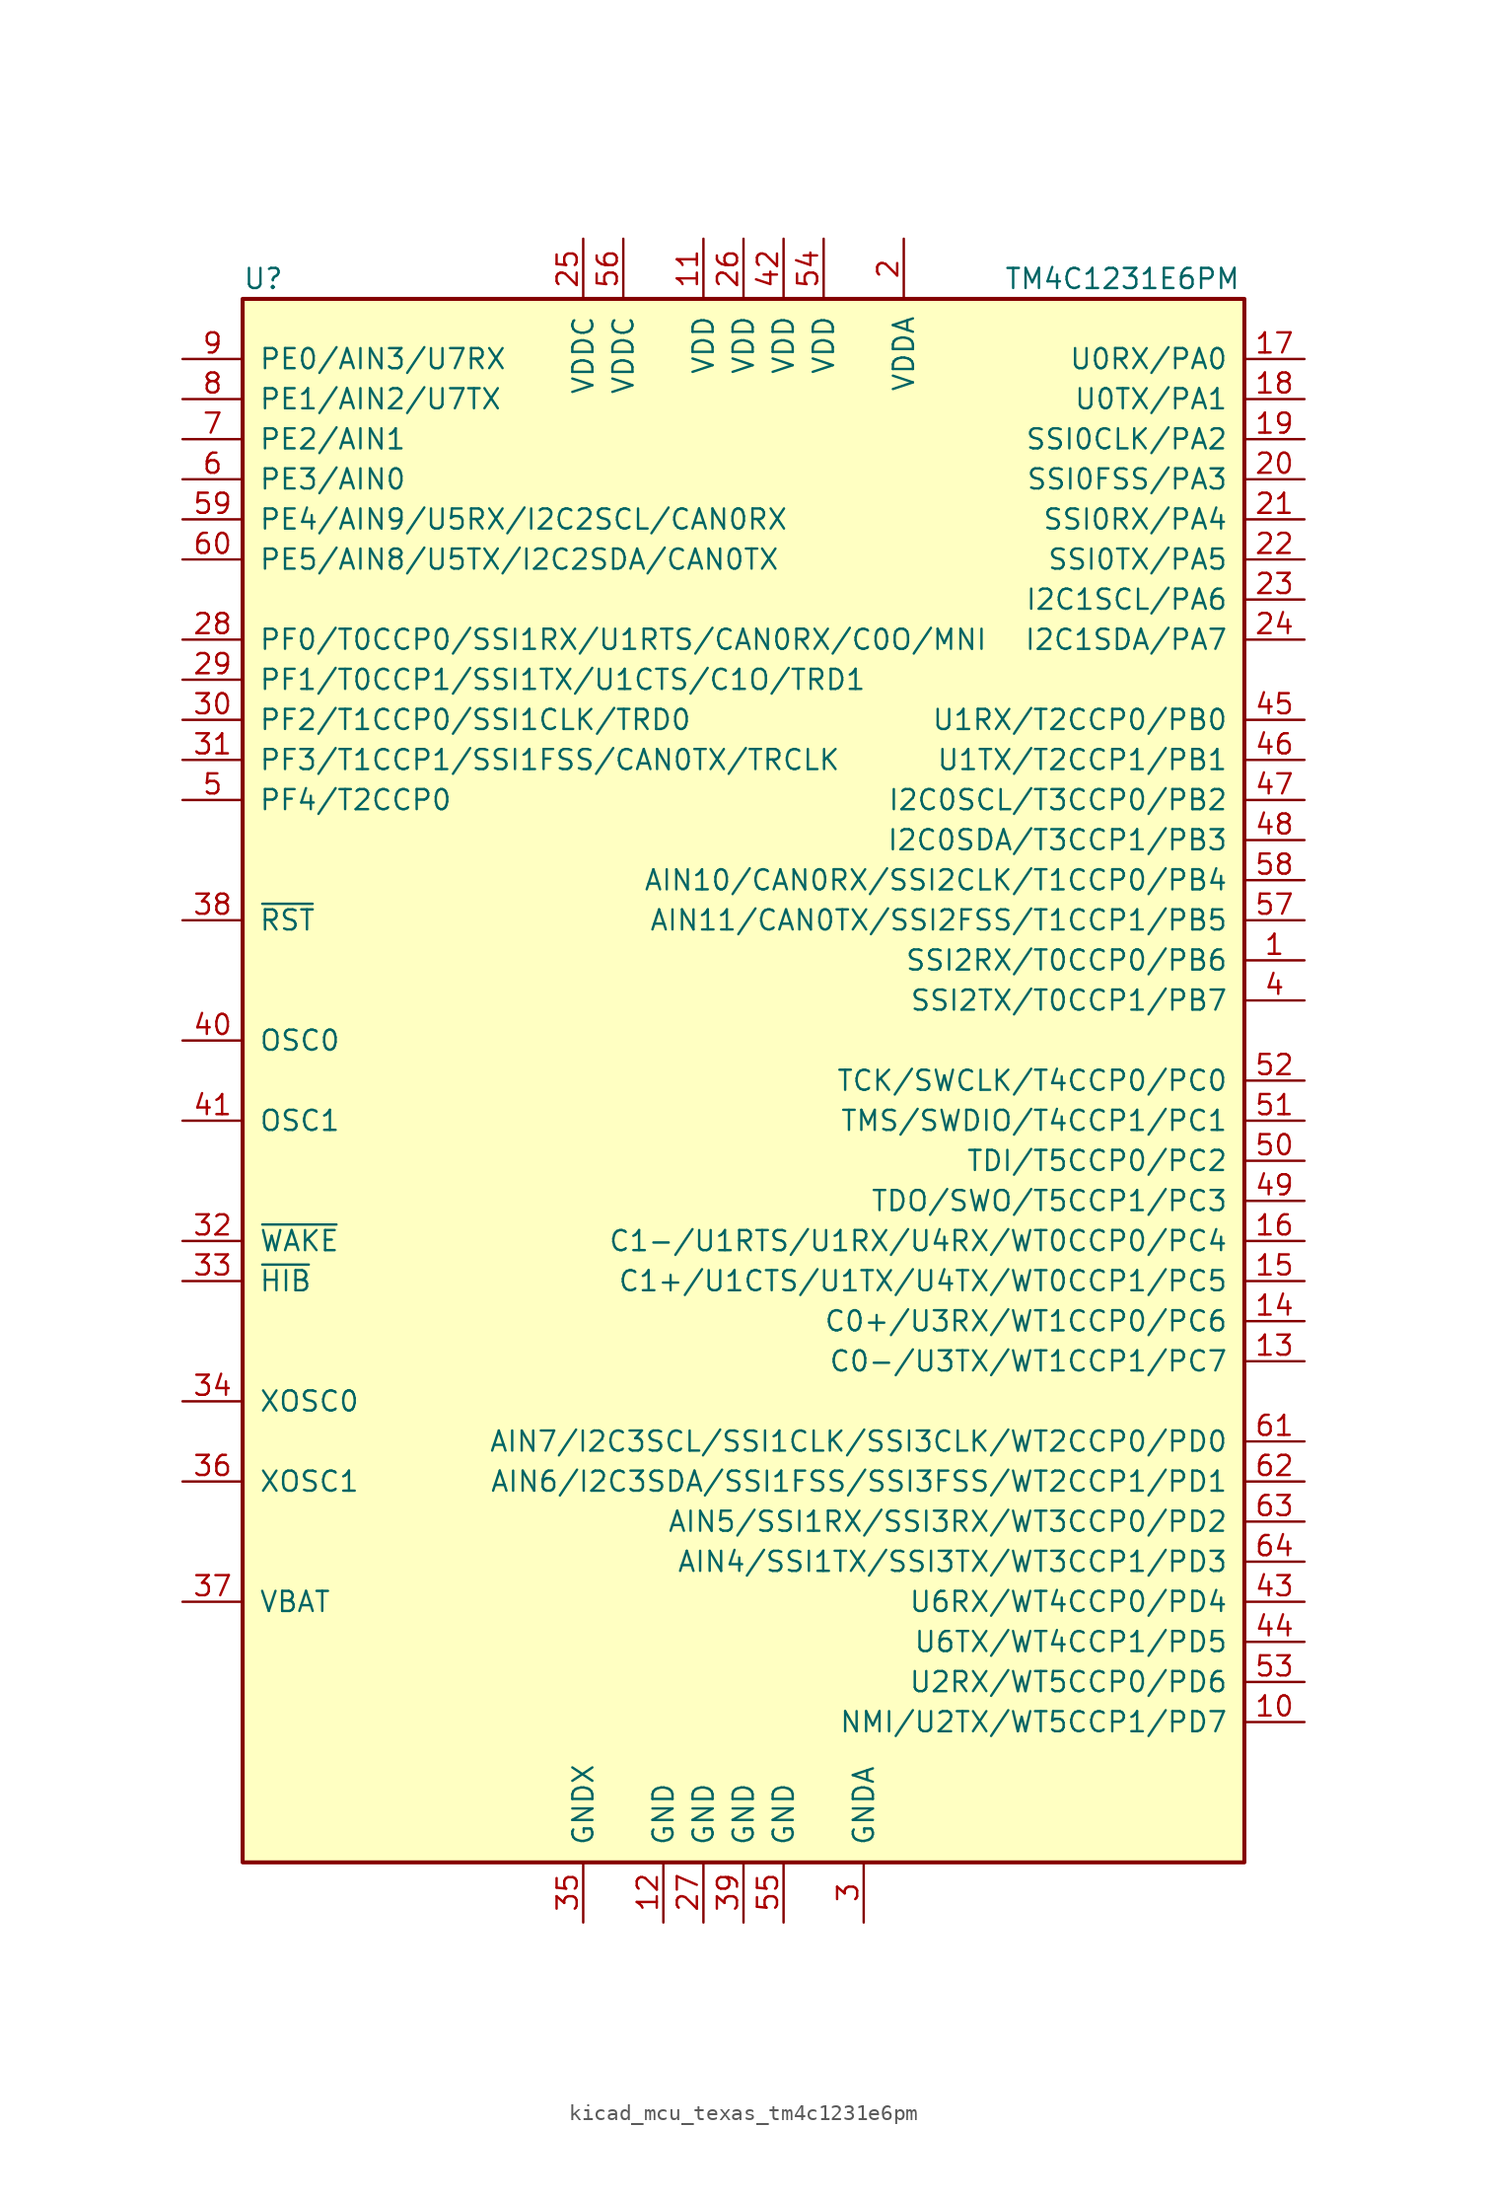
<source format=kicad_sym>
(kicad_symbol_lib
  (version 20220914)
  (generator kicad_symbol_editor)
  (symbol "kicad_mcu_texas_tm4c1231e6pm"
    (pin_names
      (offset 1.016))
    (property "Reference" "U"
      (at -31.75 50.8 0)
      (effects (font (size 1.27 1.27)) (justify left)))
    (property "Value" "TM4C1231E6PM"
      (at 16.51 50.8 0)
      (effects (font (size 1.27 1.27)) (justify left)))
    (symbol "kicad_mcu_texas_tm4c1231e6pm_0_1"
      (rectangle (start -31.75 49.53) (end 31.75 -49.53) (stroke (width 0.254) (type default)) (fill (type background))))
    (symbol "kicad_mcu_texas_tm4c1231e6pm_1_1"
      (pin bidirectional line (at 35.56 7.62 180) (length 3.81) (name "SSI2RX/T0CCP0/PB6" (effects (font (size 1.27 1.27)))) (number "1" (effects (font (size 1.27 1.27)))))
      (pin bidirectional line (at 35.56 -40.64 180) (length 3.81) (name "NMI/U2TX/WT5CCP1/PD7" (effects (font (size 1.27 1.27)))) (number "10" (effects (font (size 1.27 1.27)))))
      (pin power_in line (at -2.54 53.34 270) (length 3.81) (name "VDD" (effects (font (size 1.27 1.27)))) (number "11" (effects (font (size 1.27 1.27)))))
      (pin power_in line (at -5.08 -53.34 90) (length 3.81) (name "GND" (effects (font (size 1.27 1.27)))) (number "12" (effects (font (size 1.27 1.27)))))
      (pin bidirectional line (at 35.56 -17.78 180) (length 3.81) (name "C0-/U3TX/WT1CCP1/PC7" (effects (font (size 1.27 1.27)))) (number "13" (effects (font (size 1.27 1.27)))))
      (pin bidirectional line (at 35.56 -15.24 180) (length 3.81) (name "C0+/U3RX/WT1CCP0/PC6" (effects (font (size 1.27 1.27)))) (number "14" (effects (font (size 1.27 1.27)))))
      (pin bidirectional line (at 35.56 -12.7 180) (length 3.81) (name "C1+/U1CTS/U1TX/U4TX/WT0CCP1/PC5" (effects (font (size 1.27 1.27)))) (number "15" (effects (font (size 1.27 1.27)))))
      (pin bidirectional line (at 35.56 -10.16 180) (length 3.81) (name "C1-/U1RTS/U1RX/U4RX/WT0CCP0/PC4" (effects (font (size 1.27 1.27)))) (number "16" (effects (font (size 1.27 1.27)))))
      (pin bidirectional line (at 35.56 45.72 180) (length 3.81) (name "U0RX/PA0" (effects (font (size 1.27 1.27)))) (number "17" (effects (font (size 1.27 1.27)))))
      (pin bidirectional line (at 35.56 43.18 180) (length 3.81) (name "U0TX/PA1" (effects (font (size 1.27 1.27)))) (number "18" (effects (font (size 1.27 1.27)))))
      (pin bidirectional line (at 35.56 40.64 180) (length 3.81) (name "SSI0CLK/PA2" (effects (font (size 1.27 1.27)))) (number "19" (effects (font (size 1.27 1.27)))))
      (pin power_in line (at 10.16 53.34 270) (length 3.81) (name "VDDA" (effects (font (size 1.27 1.27)))) (number "2" (effects (font (size 1.27 1.27)))))
      (pin bidirectional line (at 35.56 38.1 180) (length 3.81) (name "SSI0FSS/PA3" (effects (font (size 1.27 1.27)))) (number "20" (effects (font (size 1.27 1.27)))))
      (pin bidirectional line (at 35.56 35.56 180) (length 3.81) (name "SSI0RX/PA4" (effects (font (size 1.27 1.27)))) (number "21" (effects (font (size 1.27 1.27)))))
      (pin bidirectional line (at 35.56 33.02 180) (length 3.81) (name "SSI0TX/PA5" (effects (font (size 1.27 1.27)))) (number "22" (effects (font (size 1.27 1.27)))))
      (pin bidirectional line (at 35.56 30.48 180) (length 3.81) (name "I2C1SCL/PA6" (effects (font (size 1.27 1.27)))) (number "23" (effects (font (size 1.27 1.27)))))
      (pin bidirectional line (at 35.56 27.94 180) (length 3.81) (name "I2C1SDA/PA7" (effects (font (size 1.27 1.27)))) (number "24" (effects (font (size 1.27 1.27)))))
      (pin power_in line (at -10.16 53.34 270) (length 3.81) (name "VDDC" (effects (font (size 1.27 1.27)))) (number "25" (effects (font (size 1.27 1.27)))))
      (pin power_in line (at 0 53.34 270) (length 3.81) (name "VDD" (effects (font (size 1.27 1.27)))) (number "26" (effects (font (size 1.27 1.27)))))
      (pin power_in line (at -2.54 -53.34 90) (length 3.81) (name "GND" (effects (font (size 1.27 1.27)))) (number "27" (effects (font (size 1.27 1.27)))))
      (pin bidirectional line (at -35.56 27.94 0) (length 3.81) (name "PF0/T0CCP0/SSI1RX/U1RTS/CAN0RX/C0O/MNI" (effects (font (size 1.27 1.27)))) (number "28" (effects (font (size 1.27 1.27)))))
      (pin bidirectional line (at -35.56 25.4 0) (length 3.81) (name "PF1/T0CCP1/SSI1TX/U1CTS/C1O/TRD1" (effects (font (size 1.27 1.27)))) (number "29" (effects (font (size 1.27 1.27)))))
      (pin power_in line (at 7.62 -53.34 90) (length 3.81) (name "GNDA" (effects (font (size 1.27 1.27)))) (number "3" (effects (font (size 1.27 1.27)))))
      (pin bidirectional line (at -35.56 22.86 0) (length 3.81) (name "PF2/T1CCP0/SSI1CLK/TRD0" (effects (font (size 1.27 1.27)))) (number "30" (effects (font (size 1.27 1.27)))))
      (pin bidirectional line (at -35.56 20.32 0) (length 3.81) (name "PF3/T1CCP1/SSI1FSS/CAN0TX/TRCLK" (effects (font (size 1.27 1.27)))) (number "31" (effects (font (size 1.27 1.27)))))
      (pin input line (at -35.56 -10.16 0) (length 3.81) (name "~{WAKE}" (effects (font (size 1.27 1.27)))) (number "32" (effects (font (size 1.27 1.27)))))
      (pin open_collector line (at -35.56 -12.7 0) (length 3.81) (name "~{HIB}" (effects (font (size 1.27 1.27)))) (number "33" (effects (font (size 1.27 1.27)))))
      (pin passive line (at -35.56 -20.32 0) (length 3.81) (name "XOSC0" (effects (font (size 1.27 1.27)))) (number "34" (effects (font (size 1.27 1.27)))))
      (pin power_in line (at -10.16 -53.34 90) (length 3.81) (name "GNDX" (effects (font (size 1.27 1.27)))) (number "35" (effects (font (size 1.27 1.27)))))
      (pin passive line (at -35.56 -25.4 0) (length 3.81) (name "XOSC1" (effects (font (size 1.27 1.27)))) (number "36" (effects (font (size 1.27 1.27)))))
      (pin passive line (at -35.56 -33.02 0) (length 3.81) (name "VBAT" (effects (font (size 1.27 1.27)))) (number "37" (effects (font (size 1.27 1.27)))))
      (pin input line (at -35.56 10.16 0) (length 3.81) (name "~{RST}" (effects (font (size 1.27 1.27)))) (number "38" (effects (font (size 1.27 1.27)))))
      (pin bidirectional line (at 0 -53.34 90) (length 3.81) (name "GND" (effects (font (size 1.27 1.27)))) (number "39" (effects (font (size 1.27 1.27)))))
      (pin bidirectional line (at 35.56 5.08 180) (length 3.81) (name "SSI2TX/T0CCP1/PB7" (effects (font (size 1.27 1.27)))) (number "4" (effects (font (size 1.27 1.27)))))
      (pin passive line (at -35.56 2.54 0) (length 3.81) (name "OSC0" (effects (font (size 1.27 1.27)))) (number "40" (effects (font (size 1.27 1.27)))))
      (pin passive line (at -35.56 -2.54 0) (length 3.81) (name "OSC1" (effects (font (size 1.27 1.27)))) (number "41" (effects (font (size 1.27 1.27)))))
      (pin power_in line (at 2.54 53.34 270) (length 3.81) (name "VDD" (effects (font (size 1.27 1.27)))) (number "42" (effects (font (size 1.27 1.27)))))
      (pin bidirectional line (at 35.56 -33.02 180) (length 3.81) (name "U6RX/WT4CCP0/PD4" (effects (font (size 1.27 1.27)))) (number "43" (effects (font (size 1.27 1.27)))))
      (pin bidirectional line (at 35.56 -35.56 180) (length 3.81) (name "U6TX/WT4CCP1/PD5" (effects (font (size 1.27 1.27)))) (number "44" (effects (font (size 1.27 1.27)))))
      (pin bidirectional line (at 35.56 22.86 180) (length 3.81) (name "U1RX/T2CCP0/PB0" (effects (font (size 1.27 1.27)))) (number "45" (effects (font (size 1.27 1.27)))))
      (pin bidirectional line (at 35.56 20.32 180) (length 3.81) (name "U1TX/T2CCP1/PB1" (effects (font (size 1.27 1.27)))) (number "46" (effects (font (size 1.27 1.27)))))
      (pin bidirectional line (at 35.56 17.78 180) (length 3.81) (name "I2C0SCL/T3CCP0/PB2" (effects (font (size 1.27 1.27)))) (number "47" (effects (font (size 1.27 1.27)))))
      (pin bidirectional line (at 35.56 15.24 180) (length 3.81) (name "I2C0SDA/T3CCP1/PB3" (effects (font (size 1.27 1.27)))) (number "48" (effects (font (size 1.27 1.27)))))
      (pin bidirectional line (at 35.56 -7.62 180) (length 3.81) (name "TDO/SWO/T5CCP1/PC3" (effects (font (size 1.27 1.27)))) (number "49" (effects (font (size 1.27 1.27)))))
      (pin bidirectional line (at -35.56 17.78 0) (length 3.81) (name "PF4/T2CCP0" (effects (font (size 1.27 1.27)))) (number "5" (effects (font (size 1.27 1.27)))))
      (pin bidirectional line (at 35.56 -5.08 180) (length 3.81) (name "TDI/T5CCP0/PC2" (effects (font (size 1.27 1.27)))) (number "50" (effects (font (size 1.27 1.27)))))
      (pin bidirectional line (at 35.56 -2.54 180) (length 3.81) (name "TMS/SWDIO/T4CCP1/PC1" (effects (font (size 1.27 1.27)))) (number "51" (effects (font (size 1.27 1.27)))))
      (pin bidirectional line (at 35.56 0 180) (length 3.81) (name "TCK/SWCLK/T4CCP0/PC0" (effects (font (size 1.27 1.27)))) (number "52" (effects (font (size 1.27 1.27)))))
      (pin bidirectional line (at 35.56 -38.1 180) (length 3.81) (name "U2RX/WT5CCP0/PD6" (effects (font (size 1.27 1.27)))) (number "53" (effects (font (size 1.27 1.27)))))
      (pin power_in line (at 5.08 53.34 270) (length 3.81) (name "VDD" (effects (font (size 1.27 1.27)))) (number "54" (effects (font (size 1.27 1.27)))))
      (pin power_in line (at 2.54 -53.34 90) (length 3.81) (name "GND" (effects (font (size 1.27 1.27)))) (number "55" (effects (font (size 1.27 1.27)))))
      (pin power_in line (at -7.62 53.34 270) (length 3.81) (name "VDDC" (effects (font (size 1.27 1.27)))) (number "56" (effects (font (size 1.27 1.27)))))
      (pin bidirectional line (at 35.56 10.16 180) (length 3.81) (name "AIN11/CAN0TX/SSI2FSS/T1CCP1/PB5" (effects (font (size 1.27 1.27)))) (number "57" (effects (font (size 1.27 1.27)))))
      (pin bidirectional line (at 35.56 12.7 180) (length 3.81) (name "AIN10/CAN0RX/SSI2CLK/T1CCP0/PB4" (effects (font (size 1.27 1.27)))) (number "58" (effects (font (size 1.27 1.27)))))
      (pin bidirectional line (at -35.56 35.56 0) (length 3.81) (name "PE4/AIN9/U5RX/I2C2SCL/CAN0RX" (effects (font (size 1.27 1.27)))) (number "59" (effects (font (size 1.27 1.27)))))
      (pin bidirectional line (at -35.56 38.1 0) (length 3.81) (name "PE3/AIN0" (effects (font (size 1.27 1.27)))) (number "6" (effects (font (size 1.27 1.27)))))
      (pin bidirectional line (at -35.56 33.02 0) (length 3.81) (name "PE5/AIN8/U5TX/I2C2SDA/CAN0TX" (effects (font (size 1.27 1.27)))) (number "60" (effects (font (size 1.27 1.27)))))
      (pin bidirectional line (at 35.56 -22.86 180) (length 3.81) (name "AIN7/I2C3SCL/SSI1CLK/SSI3CLK/WT2CCP0/PD0" (effects (font (size 1.27 1.27)))) (number "61" (effects (font (size 1.27 1.27)))))
      (pin bidirectional line (at 35.56 -25.4 180) (length 3.81) (name "AIN6/I2C3SDA/SSI1FSS/SSI3FSS/WT2CCP1/PD1" (effects (font (size 1.27 1.27)))) (number "62" (effects (font (size 1.27 1.27)))))
      (pin bidirectional line (at 35.56 -27.94 180) (length 3.81) (name "AIN5/SSI1RX/SSI3RX/WT3CCP0/PD2" (effects (font (size 1.27 1.27)))) (number "63" (effects (font (size 1.27 1.27)))))
      (pin bidirectional line (at 35.56 -30.48 180) (length 3.81) (name "AIN4/SSI1TX/SSI3TX/WT3CCP1/PD3" (effects (font (size 1.27 1.27)))) (number "64" (effects (font (size 1.27 1.27)))))
      (pin bidirectional line (at -35.56 40.64 0) (length 3.81) (name "PE2/AIN1" (effects (font (size 1.27 1.27)))) (number "7" (effects (font (size 1.27 1.27)))))
      (pin bidirectional line (at -35.56 43.18 0) (length 3.81) (name "PE1/AIN2/U7TX" (effects (font (size 1.27 1.27)))) (number "8" (effects (font (size 1.27 1.27)))))
      (pin bidirectional line (at -35.56 45.72 0) (length 3.81) (name "PE0/AIN3/U7RX" (effects (font (size 1.27 1.27)))) (number "9" (effects (font (size 1.27 1.27))))))))
</source>
